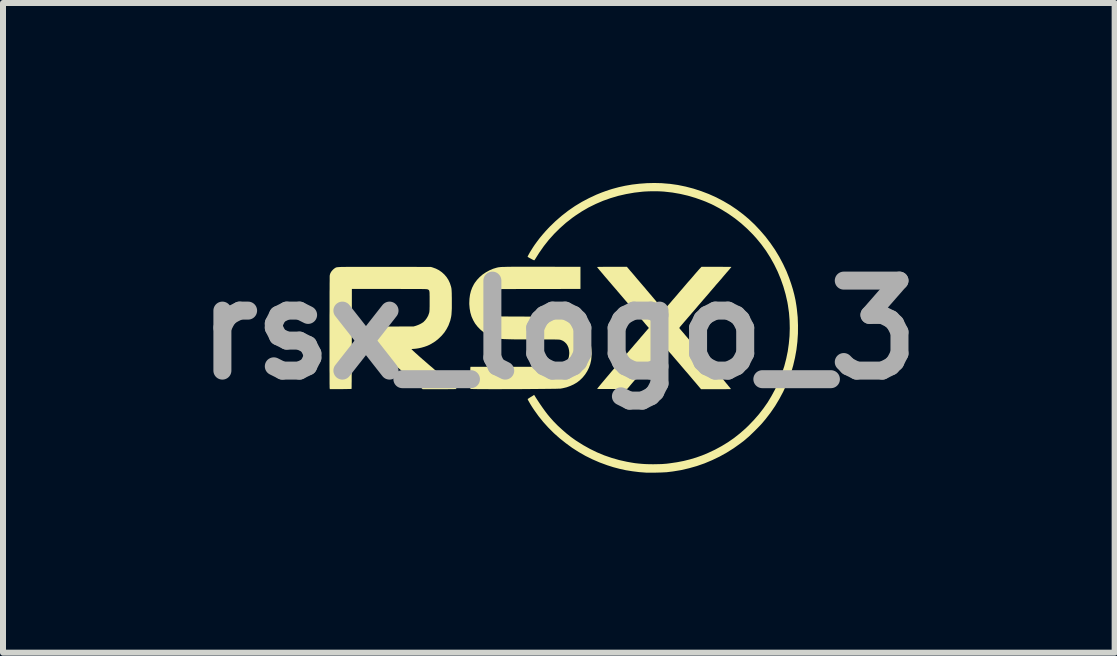
<source format=kicad_pcb>
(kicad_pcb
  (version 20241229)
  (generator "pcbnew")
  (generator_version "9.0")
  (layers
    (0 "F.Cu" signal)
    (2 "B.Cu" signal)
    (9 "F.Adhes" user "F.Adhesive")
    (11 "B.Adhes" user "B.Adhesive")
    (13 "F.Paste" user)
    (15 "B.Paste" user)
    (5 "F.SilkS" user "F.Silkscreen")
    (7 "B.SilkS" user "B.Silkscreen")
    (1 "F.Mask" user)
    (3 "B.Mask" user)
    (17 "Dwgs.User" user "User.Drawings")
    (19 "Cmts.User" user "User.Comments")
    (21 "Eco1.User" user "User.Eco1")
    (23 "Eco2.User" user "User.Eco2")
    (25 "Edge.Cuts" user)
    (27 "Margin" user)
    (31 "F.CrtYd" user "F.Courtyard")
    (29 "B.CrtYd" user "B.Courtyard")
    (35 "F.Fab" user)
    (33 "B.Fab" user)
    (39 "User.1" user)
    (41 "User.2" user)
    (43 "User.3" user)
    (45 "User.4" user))
  (footprint "rsx_logo_3"
    (layer "F.Cu")
    (at 6.264 2.449)
    (property "Reference" "rsx_logo_3" (at 0 0 0) (layer "F.Fab") (effects (font (size 1.5 1.5) (thickness 0.3))))
    (attr board_only exclude_from_pos_files exclude_from_bom)
    (fp_poly (pts (xy -0.491 -1.053) (xy -0.415 -1.053) (xy -0.332 -1.053) (xy -0.241 -1.053) (xy -0.226 -1.053) (xy -0.159 -1.053) (xy -0.095 -1.053) (xy -0.033 -1.052) (xy 0.026 -1.052) (xy 0.082 -1.052) (xy 0.134 -1.052) (xy 0.181 -1.052) (xy 0.224 -1.052) (xy 0.261 -1.052) (xy 0.292 -1.052) (xy 0.318 -1.052) (xy 0.336 -1.052) (xy 0.348 -1.052) (xy 0.352 -1.052) (xy 0.361 -1.052) (xy 0.361 -0.867) (xy 0.361 -0.683) (xy -0.297 -0.682) (xy -0.954 -0.681) (xy -0.977 -0.672) (xy -1.012 -0.657) (xy -1.04 -0.638) (xy -1.064 -0.616) (xy -1.083 -0.59) (xy -1.099 -0.556) (xy -1.104 -0.545) (xy -1.11 -0.529) (xy -1.114 -0.515) (xy -1.116 -0.5) (xy -1.118 -0.481) (xy -1.118 -0.468) (xy -1.117 -0.42) (xy -1.11 -0.377) (xy -1.096 -0.339) (xy -1.076 -0.305) (xy -1.05 -0.276) (xy -1.018 -0.252) (xy -0.98 -0.234) (xy -0.978 -0.233) (xy -0.954 -0.224) (xy -0.462 -0.222) (xy 0.03 -0.22) (xy 0.071 -0.21) (xy 0.143 -0.188) (xy 0.209 -0.161) (xy 0.271 -0.128) (xy 0.327 -0.089) (xy 0.377 -0.044) (xy 0.423 0.006) (xy 0.433 0.02) (xy 0.454 0.049) (xy 0.474 0.083) (xy 0.492 0.117) (xy 0.507 0.15) (xy 0.516 0.174) (xy 0.529 0.223) (xy 0.539 0.278) (xy 0.545 0.335) (xy 0.547 0.394) (xy 0.545 0.452) (xy 0.539 0.507) (xy 0.538 0.512) (xy 0.524 0.572) (xy 0.502 0.631) (xy 0.474 0.688) (xy 0.44 0.741) (xy 0.4 0.791) (xy 0.355 0.835) (xy 0.306 0.874) (xy 0.3 0.878) (xy 0.249 0.908) (xy 0.192 0.934) (xy 0.132 0.956) (xy 0.07 0.971) (xy 0.032 0.978) (xy 0.023 0.979) (xy 0.007 0.979) (xy -0.016 0.98) (xy -0.046 0.981) (xy -0.081 0.981) (xy -0.121 0.982) (xy -0.166 0.983) (xy -0.215 0.983) (xy -0.269 0.984) (xy -0.325 0.984) (xy -0.385 0.985) (xy -0.447 0.985) (xy -0.51 0.986) (xy -0.576 0.986) (xy -0.642 0.987) (xy -0.709 0.987) (xy -0.776 0.987) (xy -0.843 0.987) (xy -0.909 0.987) (xy -0.973 0.988) (xy -1.036 0.988) (xy -1.096 0.988) (xy -1.153 0.988) (xy -1.208 0.987) (xy -1.258 0.987) (xy -1.305 0.987) (xy -1.346 0.987) (xy -1.383 0.986) (xy -1.414 0.986) (xy -1.439 0.985) (xy -1.458 0.985) (xy -1.469 0.984) (xy -1.473 0.984) (xy -1.474 0.978) (xy -1.474 0.966) (xy -1.475 0.948) (xy -1.475 0.925) (xy -1.475 0.898) (xy -1.476 0.868) (xy -1.476 0.836) (xy -1.476 0.803) (xy -1.476 0.771) (xy -1.476 0.739) (xy -1.476 0.71) (xy -1.475 0.683) (xy -1.475 0.661) (xy -1.475 0.644) (xy -1.474 0.633) (xy -1.474 0.63) (xy -1.472 0.615) (xy -0.757 0.615) (xy -0.665 0.615) (xy -0.582 0.615) (xy -0.506 0.615) (xy -0.436 0.615) (xy -0.373 0.615) (xy -0.317 0.615) (xy -0.266 0.615) (xy -0.221 0.614) (xy -0.182 0.614) (xy -0.147 0.614) (xy -0.117 0.614) (xy -0.091 0.613) (xy -0.069 0.613) (xy -0.051 0.612) (xy -0.036 0.612) (xy -0.024 0.611) (xy -0.015 0.611) (xy -0.008 0.61) (xy -0.005 0.61) (xy 0.03 0.602) (xy 0.059 0.591) (xy 0.085 0.575) (xy 0.11 0.553) (xy 0.111 0.552) (xy 0.136 0.522) (xy 0.155 0.489) (xy 0.167 0.453) (xy 0.173 0.412) (xy 0.175 0.385) (xy 0.171 0.34) (xy 0.162 0.299) (xy 0.147 0.263) (xy 0.126 0.23) (xy 0.1 0.204) (xy 0.069 0.182) (xy 0.034 0.167) (xy 0.025 0.165) (xy 0.02 0.164) (xy 0.014 0.163) (xy 0.006 0.162) (xy -0.005 0.161) (xy -0.018 0.161) (xy -0.035 0.16) (xy -0.056 0.16) (xy -0.081 0.159) (xy -0.111 0.159) (xy -0.147 0.159) (xy -0.188 0.159) (xy -0.235 0.159) (xy -0.289 0.159) (xy -0.35 0.159) (xy -0.397 0.159) (xy -0.477 0.159) (xy -0.55 0.158) (xy -0.615 0.158) (xy -0.674 0.158) (xy -0.727 0.158) (xy -0.774 0.157) (xy -0.817 0.156) (xy -0.854 0.155) (xy -0.887 0.154) (xy -0.916 0.153) (xy -0.942 0.151) (xy -0.965 0.149) (xy -0.985 0.147) (xy -1.003 0.144) (xy -1.02 0.141) (xy -1.036 0.137) (xy -1.051 0.133) (xy -1.065 0.129) (xy -1.08 0.124) (xy -1.084 0.123) (xy -1.114 0.112) (xy -1.146 0.098) (xy -1.18 0.082) (xy -1.212 0.065) (xy -1.24 0.048) (xy -1.258 0.035) (xy -1.31 -0.008) (xy -1.356 -0.056) (xy -1.396 -0.108) (xy -1.428 -0.164) (xy -1.455 -0.225) (xy -1.474 -0.289) (xy -1.486 -0.358) (xy -1.492 -0.429) (xy -1.492 -0.45) (xy -1.489 -0.52) (xy -1.48 -0.586) (xy -1.465 -0.647) (xy -1.444 -0.704) (xy -1.416 -0.759) (xy -1.4 -0.785) (xy -1.362 -0.835) (xy -1.318 -0.882) (xy -1.269 -0.924) (xy -1.214 -0.961) (xy -1.156 -0.993) (xy -1.095 -1.019) (xy -1.032 -1.038) (xy -1.014 -1.042) (xy -1.005 -1.044) (xy -0.995 -1.045) (xy -0.983 -1.046) (xy -0.968 -1.048) (xy -0.951 -1.049) (xy -0.931 -1.05) (xy -0.908 -1.05) (xy -0.881 -1.051) (xy -0.85 -1.052) (xy -0.815 -1.052) (xy -0.774 -1.053) (xy -0.729 -1.053) (xy -0.679 -1.053) (xy -0.622 -1.053) (xy -0.56 -1.053)) (stroke (width 0) (type solid)) (fill yes) (layer "F.SilkS"))
    (fp_poly (pts (xy 1.713 -2.446) (xy 1.832 -2.436) (xy 1.849 -2.435) (xy 1.983 -2.416) (xy 2.115 -2.389) (xy 2.245 -2.355) (xy 2.374 -2.313) (xy 2.5 -2.265) (xy 2.623 -2.21) (xy 2.743 -2.147) (xy 2.859 -2.079) (xy 2.97 -2.004) (xy 3.077 -1.923) (xy 3.165 -1.849) (xy 3.264 -1.756) (xy 3.357 -1.657) (xy 3.446 -1.554) (xy 3.528 -1.446) (xy 3.605 -1.334) (xy 3.675 -1.218) (xy 3.738 -1.099) (xy 3.795 -0.978) (xy 3.839 -0.867) (xy 3.873 -0.769) (xy 3.902 -0.676) (xy 3.926 -0.584) (xy 3.946 -0.493) (xy 3.961 -0.401) (xy 3.968 -0.349) (xy 3.982 -0.212) (xy 3.987 -0.075) (xy 3.986 0.061) (xy 3.977 0.197) (xy 3.961 0.331) (xy 3.937 0.463) (xy 3.907 0.592) (xy 3.889 0.655) (xy 3.847 0.782) (xy 3.797 0.908) (xy 3.74 1.031) (xy 3.676 1.151) (xy 3.606 1.268) (xy 3.529 1.38) (xy 3.446 1.488) (xy 3.386 1.559) (xy 3.367 1.58) (xy 3.343 1.605) (xy 3.316 1.633) (xy 3.287 1.662) (xy 3.257 1.692) (xy 3.228 1.72) (xy 3.2 1.747) (xy 3.175 1.771) (xy 3.154 1.79) (xy 3.153 1.79) (xy 3.131 1.809) (xy 3.115 1.823) (xy 3.101 1.835) (xy 3.089 1.845) (xy 3.078 1.854) (xy 3.066 1.863) (xy 3.051 1.874) (xy 3.033 1.888) (xy 3.026 1.893) (xy 2.914 1.973) (xy 2.798 2.046) (xy 2.679 2.112) (xy 2.556 2.171) (xy 2.43 2.224) (xy 2.301 2.269) (xy 2.17 2.306) (xy 2.037 2.337) (xy 1.903 2.359) (xy 1.797 2.372) (xy 1.778 2.373) (xy 1.752 2.374) (xy 1.722 2.376) (xy 1.688 2.377) (xy 1.652 2.378) (xy 1.615 2.379) (xy 1.578 2.379) (xy 1.544 2.38) (xy 1.512 2.38) (xy 1.485 2.38) (xy 1.464 2.379) (xy 1.455 2.379) (xy 1.338 2.37) (xy 1.227 2.356) (xy 1.12 2.339) (xy 1.015 2.316) (xy 0.912 2.289) (xy 0.808 2.256) (xy 0.702 2.217) (xy 0.675 2.207) (xy 0.558 2.156) (xy 0.443 2.099) (xy 0.331 2.035) (xy 0.222 1.965) (xy 0.117 1.888) (xy 0.015 1.807) (xy -0.082 1.721) (xy -0.173 1.63) (xy -0.259 1.535) (xy -0.338 1.437) (xy -0.411 1.335) (xy -0.429 1.308) (xy -0.45 1.276) (xy -0.468 1.247) (xy -0.484 1.22) (xy -0.497 1.197) (xy -0.508 1.178) (xy -0.515 1.164) (xy -0.518 1.155) (xy -0.519 1.153) (xy -0.515 1.149) (xy -0.505 1.143) (xy -0.492 1.134) (xy -0.478 1.125) (xy -0.461 1.115) (xy -0.445 1.105) (xy -0.432 1.097) (xy -0.426 1.093) (xy -0.418 1.087) (xy -0.413 1.084) (xy -0.412 1.083) (xy -0.409 1.087) (xy -0.403 1.095) (xy -0.395 1.108) (xy -0.387 1.122) (xy -0.35 1.179) (xy -0.311 1.238) (xy -0.27 1.297) (xy -0.229 1.354) (xy -0.188 1.408) (xy -0.148 1.456) (xy -0.143 1.462) (xy -0.083 1.529) (xy -0.017 1.596) (xy 0.054 1.661) (xy 0.126 1.724) (xy 0.2 1.783) (xy 0.274 1.836) (xy 0.292 1.848) (xy 0.406 1.92) (xy 0.521 1.984) (xy 0.638 2.041) (xy 0.758 2.091) (xy 0.88 2.133) (xy 1.006 2.169) (xy 1.136 2.198) (xy 1.214 2.212) (xy 1.27 2.221) (xy 1.325 2.227) (xy 1.38 2.232) (xy 1.438 2.236) (xy 1.499 2.238) (xy 1.567 2.239) (xy 1.577 2.239) (xy 1.629 2.238) (xy 1.675 2.237) (xy 1.717 2.236) (xy 1.757 2.233) (xy 1.796 2.23) (xy 1.837 2.225) (xy 1.859 2.222) (xy 1.974 2.205) (xy 2.082 2.184) (xy 2.186 2.158) (xy 2.287 2.128) (xy 2.386 2.093) (xy 2.485 2.052) (xy 2.585 2.005) (xy 2.604 1.996) (xy 2.715 1.936) (xy 2.82 1.872) (xy 2.921 1.802) (xy 3.017 1.726) (xy 3.111 1.644) (xy 3.165 1.592) (xy 3.254 1.499) (xy 3.336 1.405) (xy 3.412 1.307) (xy 3.482 1.207) (xy 3.545 1.102) (xy 3.604 0.993) (xy 3.657 0.878) (xy 3.706 0.758) (xy 3.718 0.726) (xy 3.758 0.606) (xy 3.79 0.483) (xy 3.816 0.358) (xy 3.834 0.231) (xy 3.846 0.102) (xy 3.85 -0.027) (xy 3.847 -0.156) (xy 3.837 -0.285) (xy 3.819 -0.412) (xy 3.81 -0.464) (xy 3.78 -0.595) (xy 3.743 -0.724) (xy 3.699 -0.849) (xy 3.648 -0.972) (xy 3.59 -1.091) (xy 3.525 -1.207) (xy 3.454 -1.319) (xy 3.376 -1.426) (xy 3.291 -1.529) (xy 3.233 -1.593) (xy 3.138 -1.688) (xy 3.039 -1.777) (xy 2.936 -1.859) (xy 2.828 -1.935) (xy 2.715 -2.005) (xy 2.673 -2.029) (xy 2.626 -2.054) (xy 2.583 -2.077) (xy 2.54 -2.098) (xy 2.496 -2.117) (xy 2.448 -2.138) (xy 2.399 -2.157) (xy 2.278 -2.2) (xy 2.153 -2.237) (xy 2.024 -2.267) (xy 1.892 -2.29) (xy 1.758 -2.305) (xy 1.746 -2.306) (xy 1.715 -2.308) (xy 1.677 -2.31) (xy 1.635 -2.311) (xy 1.591 -2.311) (xy 1.545 -2.311) (xy 1.501 -2.31) (xy 1.459 -2.308) (xy 1.422 -2.306) (xy 1.397 -2.304) (xy 1.258 -2.288) (xy 1.122 -2.264) (xy 0.99 -2.234) (xy 0.862 -2.196) (xy 0.738 -2.152) (xy 0.617 -2.1) (xy 0.499 -2.042) (xy 0.385 -1.976) (xy 0.274 -1.903) (xy 0.225 -1.868) (xy 0.119 -1.785) (xy 0.019 -1.696) (xy -0.076 -1.602) (xy -0.166 -1.502) (xy -0.249 -1.397) (xy -0.326 -1.287) (xy -0.379 -1.203) (xy -0.389 -1.187) (xy -0.398 -1.173) (xy -0.405 -1.164) (xy -0.41 -1.16) (xy -0.41 -1.16) (xy -0.418 -1.163) (xy -0.43 -1.168) (xy -0.445 -1.176) (xy -0.462 -1.185) (xy -0.479 -1.194) (xy -0.495 -1.203) (xy -0.508 -1.211) (xy -0.517 -1.216) (xy -0.52 -1.219) (xy -0.518 -1.226) (xy -0.512 -1.238) (xy -0.503 -1.255) (xy -0.492 -1.275) (xy -0.479 -1.298) (xy -0.464 -1.322) (xy -0.449 -1.346) (xy -0.434 -1.37) (xy -0.419 -1.393) (xy -0.406 -1.412) (xy -0.406 -1.413) (xy -0.36 -1.476) (xy -0.316 -1.534) (xy -0.271 -1.588) (xy -0.225 -1.641) (xy -0.175 -1.695) (xy -0.153 -1.718) (xy -0.054 -1.814) (xy 0.05 -1.904) (xy 0.158 -1.988) (xy 0.27 -2.065) (xy 0.386 -2.135) (xy 0.506 -2.198) (xy 0.628 -2.255) (xy 0.715 -2.29) (xy 0.778 -2.313) (xy 0.836 -2.333) (xy 0.891 -2.35) (xy 0.946 -2.365) (xy 1.002 -2.38) (xy 1.062 -2.393) (xy 1.107 -2.403) (xy 1.224 -2.423) (xy 1.345 -2.437) (xy 1.468 -2.446) (xy 1.591 -2.449)) (stroke (width 0) (type solid)) (fill yes) (layer "F.SilkS"))
    (fp_poly (pts (xy -3.284 -1.051) (xy -3.218 -1.051) (xy -3.146 -1.051) (xy -3.066 -1.051) (xy -2.979 -1.051) (xy -2.901 -1.051) (xy -2.133 -1.05) (xy -2.103 -1.041) (xy -2.048 -1.021) (xy -1.997 -0.995) (xy -1.95 -0.962) (xy -1.908 -0.924) (xy -1.871 -0.881) (xy -1.84 -0.833) (xy -1.815 -0.78) (xy -1.797 -0.724) (xy -1.793 -0.708) (xy -1.791 -0.699) (xy -1.789 -0.688) (xy -1.788 -0.677) (xy -1.787 -0.664) (xy -1.786 -0.647) (xy -1.785 -0.627) (xy -1.784 -0.602) (xy -1.784 -0.571) (xy -1.783 -0.533) (xy -1.783 -0.511) (xy -1.783 -0.454) (xy -1.783 -0.403) (xy -1.783 -0.359) (xy -1.785 -0.32) (xy -1.787 -0.286) (xy -1.789 -0.255) (xy -1.793 -0.227) (xy -1.798 -0.202) (xy -1.804 -0.177) (xy -1.81 -0.152) (xy -1.815 -0.139) (xy -1.839 -0.074) (xy -1.871 -0.013) (xy -1.909 0.045) (xy -1.954 0.098) (xy -2.005 0.147) (xy -2.061 0.192) (xy -2.122 0.23) (xy -2.153 0.247) (xy -2.193 0.265) (xy -2.238 0.281) (xy -2.287 0.295) (xy -2.336 0.306) (xy -2.383 0.313) (xy -2.416 0.316) (xy -2.433 0.317) (xy -2.446 0.319) (xy -2.455 0.32) (xy -2.457 0.32) (xy -2.454 0.323) (xy -2.446 0.331) (xy -2.435 0.341) (xy -2.422 0.354) (xy -2.407 0.367) (xy -2.393 0.381) (xy -2.381 0.391) (xy -2.37 0.401) (xy -2.355 0.414) (xy -2.338 0.43) (xy -2.319 0.447) (xy -2.308 0.457) (xy -2.294 0.468) (xy -2.281 0.48) (xy -2.268 0.492) (xy -2.253 0.504) (xy -2.237 0.518) (xy -2.219 0.534) (xy -2.198 0.552) (xy -2.173 0.574) (xy -2.144 0.599) (xy -2.11 0.627) (xy -2.074 0.659) (xy -2.031 0.695) (xy -1.994 0.727) (xy -1.962 0.755) (xy -1.934 0.779) (xy -1.909 0.8) (xy -1.887 0.819) (xy -1.867 0.837) (xy -1.848 0.853) (xy -1.83 0.869) (xy -1.813 0.884) (xy -1.794 0.9) (xy -1.783 0.91) (xy -1.762 0.929) (xy -1.743 0.947) (xy -1.726 0.961) (xy -1.714 0.973) (xy -1.706 0.981) (xy -1.703 0.985) (xy -1.703 0.985) (xy -1.706 0.985) (xy -1.718 0.986) (xy -1.735 0.986) (xy -1.759 0.987) (xy -1.789 0.987) (xy -1.823 0.987) (xy -1.861 0.988) (xy -1.903 0.988) (xy -1.948 0.988) (xy -1.986 0.988) (xy -2.269 0.988) (xy -2.296 0.963) (xy -2.312 0.949) (xy -2.333 0.931) (xy -2.359 0.908) (xy -2.388 0.882) (xy -2.421 0.854) (xy -2.455 0.824) (xy -2.491 0.792) (xy -2.528 0.76) (xy -2.565 0.728) (xy -2.602 0.697) (xy -2.637 0.666) (xy -2.669 0.638) (xy -2.699 0.613) (xy -2.726 0.59) (xy -2.752 0.567) (xy -2.776 0.547) (xy -2.796 0.529) (xy -2.814 0.515) (xy -2.826 0.504) (xy -2.834 0.497) (xy -2.836 0.496) (xy -2.843 0.489) (xy -2.855 0.479) (xy -2.87 0.466) (xy -2.886 0.452) (xy -2.889 0.449) (xy -2.907 0.434) (xy -2.929 0.415) (xy -2.952 0.394) (xy -2.974 0.375) (xy -2.983 0.368) (xy -3.034 0.322) (xy -3.137 0.321) (xy -3.167 0.321) (xy -3.196 0.321) (xy -3.223 0.321) (xy -3.245 0.321) (xy -3.263 0.321) (xy -3.271 0.32) (xy -3.302 0.32) (xy -3.301 0.133) (xy -3.3 -0.054) (xy -2.859 -0.056) (xy -2.419 -0.058) (xy -2.387 -0.067) (xy -2.364 -0.075) (xy -2.338 -0.085) (xy -2.312 -0.097) (xy -2.288 -0.11) (xy -2.268 -0.123) (xy -2.257 -0.13) (xy -2.227 -0.161) (xy -2.2 -0.197) (xy -2.178 -0.236) (xy -2.163 -0.278) (xy -2.16 -0.288) (xy -2.158 -0.297) (xy -2.157 -0.306) (xy -2.156 -0.317) (xy -2.155 -0.33) (xy -2.154 -0.346) (xy -2.154 -0.366) (xy -2.153 -0.391) (xy -2.153 -0.421) (xy -2.153 -0.459) (xy -2.153 -0.48) (xy -2.153 -0.523) (xy -2.153 -0.558) (xy -2.154 -0.587) (xy -2.154 -0.61) (xy -2.155 -0.628) (xy -2.157 -0.642) (xy -2.159 -0.652) (xy -2.163 -0.659) (xy -2.167 -0.665) (xy -2.172 -0.669) (xy -2.178 -0.672) (xy -2.184 -0.675) (xy -2.186 -0.676) (xy -2.189 -0.677) (xy -2.193 -0.678) (xy -2.198 -0.678) (xy -2.204 -0.679) (xy -2.212 -0.68) (xy -2.223 -0.68) (xy -2.236 -0.681) (xy -2.253 -0.681) (xy -2.272 -0.681) (xy -2.296 -0.682) (xy -2.324 -0.682) (xy -2.356 -0.682) (xy -2.393 -0.682) (xy -2.436 -0.682) (xy -2.484 -0.682) (xy -2.538 -0.682) (xy -2.599 -0.682) (xy -2.666 -0.683) (xy -2.741 -0.683) (xy -2.823 -0.683) (xy -2.825 -0.683) (xy -3.449 -0.683) (xy -3.45 0.148) (xy -3.45 0.229) (xy -3.45 0.308) (xy -3.45 0.384) (xy -3.45 0.457) (xy -3.451 0.527) (xy -3.451 0.594) (xy -3.451 0.656) (xy -3.451 0.714) (xy -3.452 0.768) (xy -3.452 0.816) (xy -3.452 0.859) (xy -3.453 0.897) (xy -3.453 0.928) (xy -3.453 0.952) (xy -3.454 0.97) (xy -3.454 0.98) (xy -3.454 0.983) (xy -3.459 0.984) (xy -3.47 0.984) (xy -3.488 0.985) (xy -3.512 0.985) (xy -3.54 0.986) (xy -3.572 0.986) (xy -3.607 0.987) (xy -3.637 0.987) (xy -3.817 0.987) (xy -3.819 0.967) (xy -3.82 0.96) (xy -3.82 0.946) (xy -3.82 0.925) (xy -3.821 0.897) (xy -3.821 0.863) (xy -3.821 0.823) (xy -3.821 0.778) (xy -3.821 0.728) (xy -3.822 0.674) (xy -3.822 0.615) (xy -3.822 0.553) (xy -3.822 0.488) (xy -3.822 0.42) (xy -3.822 0.35) (xy -3.822 0.278) (xy -3.822 0.205) (xy -3.822 0.13) (xy -3.822 0.055) (xy -3.822 -0.02) (xy -3.822 -0.095) (xy -3.822 -0.169) (xy -3.822 -0.242) (xy -3.821 -0.314) (xy -3.821 -0.383) (xy -3.821 -0.45) (xy -3.821 -0.515) (xy -3.821 -0.575) (xy -3.821 -0.633) (xy -3.82 -0.686) (xy -3.82 -0.734) (xy -3.82 -0.778) (xy -3.819 -0.816) (xy -3.819 -0.848) (xy -3.819 -0.874) (xy -3.819 -0.893) (xy -3.818 -0.905) (xy -3.818 -0.909) (xy -3.814 -0.925) (xy -3.808 -0.943) (xy -3.804 -0.951) (xy -3.794 -0.969) (xy -3.779 -0.988) (xy -3.761 -1.007) (xy -3.743 -1.022) (xy -3.732 -1.03) (xy -3.728 -1.032) (xy -3.724 -1.035) (xy -3.72 -1.037) (xy -3.716 -1.039) (xy -3.712 -1.041) (xy -3.706 -1.042) (xy -3.7 -1.044) (xy -3.691 -1.045) (xy -3.681 -1.046) (xy -3.668 -1.047) (xy -3.653 -1.048) (xy -3.635 -1.049) (xy -3.614 -1.05) (xy -3.589 -1.05) (xy -3.56 -1.05) (xy -3.527 -1.051) (xy -3.489 -1.051) (xy -3.446 -1.051) (xy -3.398 -1.051) (xy -3.344 -1.051)) (stroke (width 0) (type solid)) (fill yes) (layer "F.SilkS"))
    (fp_poly (pts (xy 1.18 -0.999) (xy 1.194 -0.982) (xy 1.213 -0.961) (xy 1.234 -0.936) (xy 1.258 -0.908) (xy 1.283 -0.878) (xy 1.309 -0.847) (xy 1.336 -0.816) (xy 1.362 -0.785) (xy 1.388 -0.755) (xy 1.411 -0.728) (xy 1.433 -0.703) (xy 1.451 -0.681) (xy 1.465 -0.664) (xy 1.475 -0.652) (xy 1.476 -0.651) (xy 1.486 -0.64) (xy 1.499 -0.624) (xy 1.516 -0.604) (xy 1.535 -0.582) (xy 1.556 -0.557) (xy 1.577 -0.532) (xy 1.584 -0.524) (xy 1.605 -0.499) (xy 1.626 -0.474) (xy 1.645 -0.451) (xy 1.662 -0.431) (xy 1.676 -0.414) (xy 1.686 -0.402) (xy 1.689 -0.399) (xy 1.702 -0.383) (xy 1.717 -0.366) (xy 1.729 -0.352) (xy 1.732 -0.349) (xy 1.751 -0.327) (xy 1.77 -0.349) (xy 1.776 -0.356) (xy 1.786 -0.368) (xy 1.801 -0.385) (xy 1.819 -0.407) (xy 1.841 -0.432) (xy 1.865 -0.46) (xy 1.892 -0.492) (xy 1.921 -0.525) (xy 1.951 -0.56) (xy 1.971 -0.583) (xy 2.002 -0.62) (xy 2.032 -0.655) (xy 2.061 -0.688) (xy 2.088 -0.72) (xy 2.112 -0.748) (xy 2.134 -0.774) (xy 2.152 -0.795) (xy 2.167 -0.812) (xy 2.177 -0.823) (xy 2.181 -0.827) (xy 2.192 -0.84) (xy 2.207 -0.857) (xy 2.225 -0.878) (xy 2.244 -0.9) (xy 2.263 -0.923) (xy 2.27 -0.931) (xy 2.289 -0.953) (xy 2.308 -0.974) (xy 2.325 -0.994) (xy 2.34 -1.011) (xy 2.351 -1.023) (xy 2.355 -1.027) (xy 2.379 -1.052) (xy 2.628 -1.052) (xy 2.672 -1.052) (xy 2.713 -1.052) (xy 2.751 -1.051) (xy 2.785 -1.051) (xy 2.815 -1.051) (xy 2.84 -1.051) (xy 2.859 -1.051) (xy 2.872 -1.05) (xy 2.877 -1.05) (xy 2.877 -1.05) (xy 2.875 -1.046) (xy 2.868 -1.038) (xy 2.857 -1.025) (xy 2.843 -1.008) (xy 2.826 -0.988) (xy 2.807 -0.966) (xy 2.801 -0.96) (xy 2.781 -0.936) (xy 2.761 -0.913) (xy 2.743 -0.892) (xy 2.728 -0.874) (xy 2.716 -0.859) (xy 2.708 -0.85) (xy 2.707 -0.849) (xy 2.695 -0.835) (xy 2.682 -0.82) (xy 2.673 -0.81) (xy 2.657 -0.791) (xy 2.639 -0.771) (xy 2.622 -0.752) (xy 2.607 -0.734) (xy 2.596 -0.72) (xy 2.591 -0.715) (xy 2.581 -0.703) (xy 2.567 -0.687) (xy 2.549 -0.666) (xy 2.528 -0.642) (xy 2.505 -0.614) (xy 2.479 -0.584) (xy 2.451 -0.552) (xy 2.422 -0.518) (xy 2.416 -0.512) (xy 2.385 -0.475) (xy 2.352 -0.437) (xy 2.32 -0.4) (xy 2.289 -0.363) (xy 2.259 -0.328) (xy 2.231 -0.296) (xy 2.206 -0.267) (xy 2.186 -0.243) (xy 2.173 -0.228) (xy 2.151 -0.203) (xy 2.129 -0.177) (xy 2.108 -0.153) (xy 2.089 -0.131) (xy 2.073 -0.112) (xy 2.061 -0.098) (xy 2.06 -0.097) (xy 2.042 -0.076) (xy 2.028 -0.06) (xy 2.019 -0.048) (xy 2.013 -0.04) (xy 2.01 -0.034) (xy 2.01 -0.03) (xy 2.012 -0.026) (xy 2.013 -0.025) (xy 2.016 -0.021) (xy 2.024 -0.011) (xy 2.037 0.004) (xy 2.053 0.023) (xy 2.073 0.046) (xy 2.095 0.072) (xy 2.12 0.102) (xy 2.147 0.133) (xy 2.176 0.167) (xy 2.206 0.202) (xy 2.236 0.237) (xy 2.267 0.273) (xy 2.297 0.308) (xy 2.304 0.316) (xy 2.317 0.332) (xy 2.331 0.348) (xy 2.344 0.363) (xy 2.346 0.365) (xy 2.353 0.373) (xy 2.364 0.387) (xy 2.379 0.404) (xy 2.397 0.425) (xy 2.417 0.449) (xy 2.439 0.474) (xy 2.459 0.498) (xy 2.484 0.527) (xy 2.509 0.557) (xy 2.535 0.587) (xy 2.56 0.616) (xy 2.582 0.642) (xy 2.601 0.664) (xy 2.609 0.674) (xy 2.628 0.696) (xy 2.646 0.718) (xy 2.664 0.738) (xy 2.679 0.755) (xy 2.69 0.769) (xy 2.691 0.77) (xy 2.71 0.791) (xy 2.729 0.815) (xy 2.75 0.839) (xy 2.771 0.864) (xy 2.791 0.889) (xy 2.811 0.912) (xy 2.828 0.934) (xy 2.844 0.952) (xy 2.856 0.968) (xy 2.865 0.979) (xy 2.869 0.985) (xy 2.869 0.986) (xy 2.866 0.986) (xy 2.854 0.987) (xy 2.837 0.987) (xy 2.813 0.987) (xy 2.784 0.988) (xy 2.751 0.988) (xy 2.713 0.988) (xy 2.673 0.988) (xy 2.629 0.988) (xy 2.62 0.988) (xy 2.371 0.988) (xy 2.302 0.906) (xy 2.275 0.874) (xy 2.248 0.843) (xy 2.222 0.812) (xy 2.196 0.781) (xy 2.169 0.749) (xy 2.14 0.715) (xy 2.109 0.68) (xy 2.076 0.641) (xy 2.04 0.599) (xy 2.001 0.553) (xy 1.957 0.502) (xy 1.909 0.446) (xy 1.898 0.433) (xy 1.877 0.408) (xy 1.855 0.384) (xy 1.835 0.361) (xy 1.817 0.34) (xy 1.802 0.323) (xy 1.792 0.312) (xy 1.78 0.297) (xy 1.769 0.285) (xy 1.761 0.277) (xy 1.758 0.272) (xy 1.757 0.272) (xy 1.755 0.273) (xy 1.751 0.276) (xy 1.746 0.281) (xy 1.739 0.289) (xy 1.729 0.299) (xy 1.717 0.313) (xy 1.701 0.33) (xy 1.683 0.352) (xy 1.661 0.377) (xy 1.634 0.408) (xy 1.603 0.444) (xy 1.568 0.485) (xy 1.552 0.504) (xy 1.526 0.534) (xy 1.501 0.563) (xy 1.477 0.59) (xy 1.456 0.615) (xy 1.438 0.637) (xy 1.422 0.654) (xy 1.411 0.667) (xy 1.405 0.675) (xy 1.405 0.675) (xy 1.391 0.691) (xy 1.373 0.711) (xy 1.353 0.734) (xy 1.332 0.76) (xy 1.309 0.787) (xy 1.285 0.814) (xy 1.262 0.842) (xy 1.239 0.868) (xy 1.218 0.893) (xy 1.2 0.914) (xy 1.184 0.933) (xy 1.173 0.947) (xy 1.165 0.955) (xy 1.165 0.956) (xy 1.155 0.968) (xy 1.146 0.978) (xy 1.139 0.983) (xy 1.138 0.984) (xy 1.133 0.984) (xy 1.121 0.984) (xy 1.103 0.984) (xy 1.078 0.984) (xy 1.049 0.985) (xy 1.015 0.985) (xy 0.977 0.985) (xy 0.936 0.985) (xy 0.893 0.985) (xy 0.886 0.985) (xy 0.843 0.985) (xy 0.802 0.985) (xy 0.764 0.985) (xy 0.729 0.985) (xy 0.7 0.985) (xy 0.675 0.985) (xy 0.656 0.984) (xy 0.644 0.984) (xy 0.639 0.983) (xy 0.639 0.983) (xy 0.642 0.979) (xy 0.649 0.969) (xy 0.662 0.953) (xy 0.68 0.931) (xy 0.702 0.904) (xy 0.729 0.872) (xy 0.761 0.834) (xy 0.797 0.791) (xy 0.838 0.743) (xy 0.883 0.689) (xy 0.933 0.631) (xy 0.986 0.568) (xy 1.002 0.55) (xy 1.027 0.521) (xy 1.052 0.491) (xy 1.078 0.461) (xy 1.102 0.433) (xy 1.124 0.407) (xy 1.142 0.386) (xy 1.151 0.375) (xy 1.171 0.352) (xy 1.193 0.326) (xy 1.215 0.301) (xy 1.235 0.278) (xy 1.248 0.262) (xy 1.265 0.242) (xy 1.286 0.218) (xy 1.308 0.193) (xy 1.329 0.168) (xy 1.346 0.149) (xy 1.366 0.124) (xy 1.39 0.097) (xy 1.414 0.069) (xy 1.436 0.043) (xy 1.45 0.027) (xy 1.501 -0.032) (xy 1.494 -0.041) (xy 1.487 -0.049) (xy 1.477 -0.06) (xy 1.472 -0.066) (xy 1.461 -0.079) (xy 1.449 -0.093) (xy 1.445 -0.097) (xy 1.437 -0.107) (xy 1.424 -0.123) (xy 1.406 -0.144) (xy 1.383 -0.171) (xy 1.357 -0.202) (xy 1.326 -0.238) (xy 1.292 -0.278) (xy 1.258 -0.318) (xy 1.236 -0.344) (xy 1.212 -0.372) (xy 1.188 -0.401) (xy 1.165 -0.427) (xy 1.145 -0.451) (xy 1.133 -0.465) (xy 1.119 -0.481) (xy 1.1 -0.503) (xy 1.078 -0.529) (xy 1.054 -0.557) (xy 1.028 -0.587) (xy 1.002 -0.618) (xy 0.976 -0.648) (xy 0.971 -0.655) (xy 0.929 -0.703) (xy 0.892 -0.746) (xy 0.86 -0.784) (xy 0.831 -0.817) (xy 0.807 -0.846) (xy 0.785 -0.871) (xy 0.767 -0.892) (xy 0.751 -0.911) (xy 0.738 -0.927) (xy 0.726 -0.941) (xy 0.716 -0.953) (xy 0.707 -0.963) (xy 0.699 -0.973) (xy 0.691 -0.983) (xy 0.684 -0.99) (xy 0.67 -1.007) (xy 0.658 -1.022) (xy 0.648 -1.035) (xy 0.641 -1.043) (xy 0.639 -1.045) (xy 0.639 -1.046) (xy 0.639 -1.047) (xy 0.641 -1.048) (xy 0.646 -1.049) (xy 0.653 -1.05) (xy 0.664 -1.05) (xy 0.678 -1.051) (xy 0.697 -1.051) (xy 0.722 -1.051) (xy 0.752 -1.052) (xy 0.788 -1.052) (xy 0.831 -1.052) (xy 0.881 -1.052) (xy 0.884 -1.052) (xy 1.135 -1.052)) (stroke (width 0) (type solid)) (fill yes) (layer "F.SilkS")))
  (gr_rect
    (start -3 -3)
    (end 15.529 7.829)
    (stroke (width 0.1) (type default))
    (fill no)
    (layer "Edge.Cuts")))
</source>
